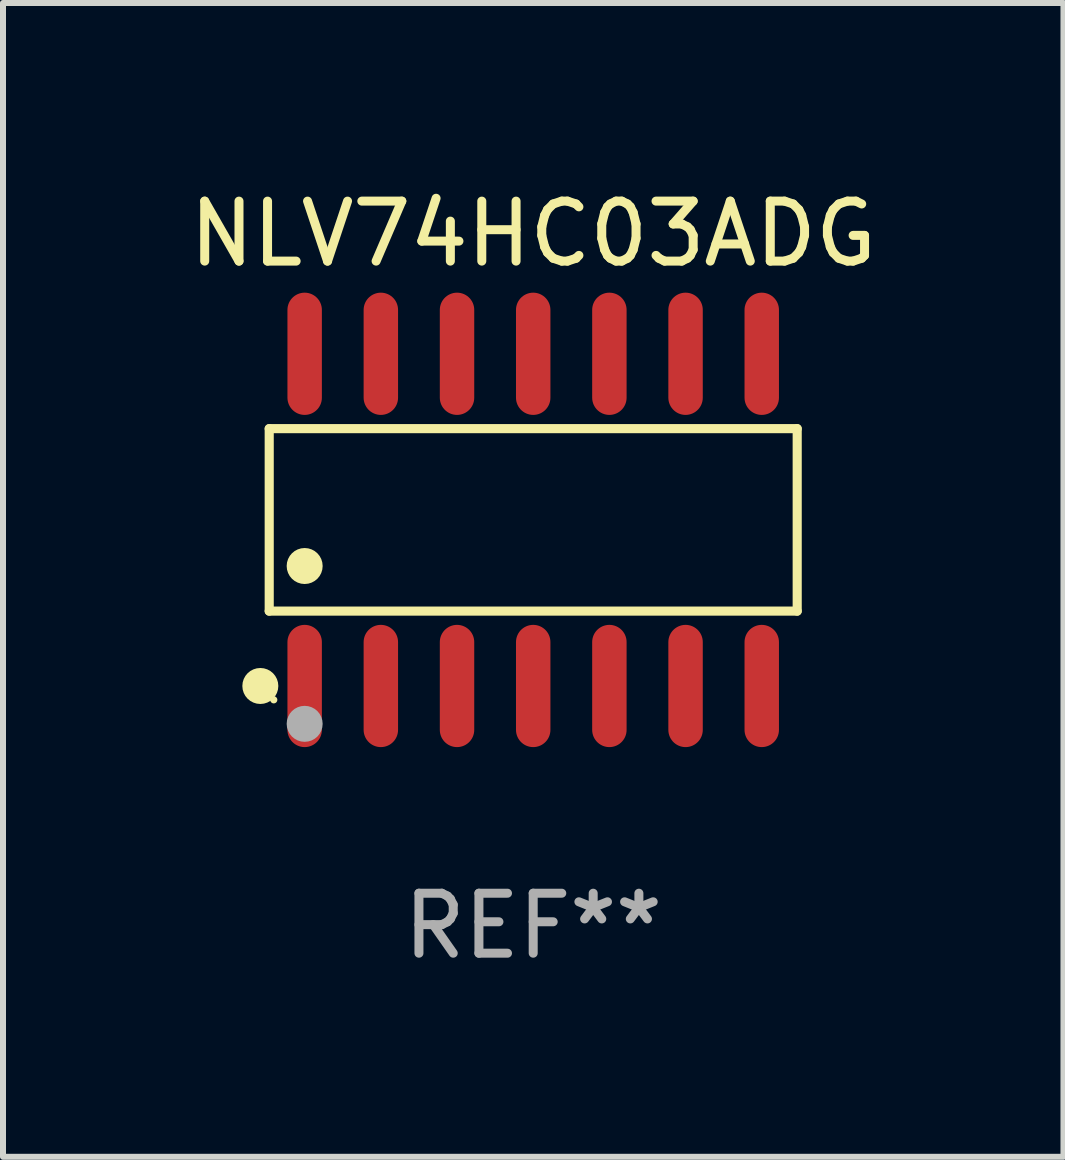
<source format=kicad_pcb>
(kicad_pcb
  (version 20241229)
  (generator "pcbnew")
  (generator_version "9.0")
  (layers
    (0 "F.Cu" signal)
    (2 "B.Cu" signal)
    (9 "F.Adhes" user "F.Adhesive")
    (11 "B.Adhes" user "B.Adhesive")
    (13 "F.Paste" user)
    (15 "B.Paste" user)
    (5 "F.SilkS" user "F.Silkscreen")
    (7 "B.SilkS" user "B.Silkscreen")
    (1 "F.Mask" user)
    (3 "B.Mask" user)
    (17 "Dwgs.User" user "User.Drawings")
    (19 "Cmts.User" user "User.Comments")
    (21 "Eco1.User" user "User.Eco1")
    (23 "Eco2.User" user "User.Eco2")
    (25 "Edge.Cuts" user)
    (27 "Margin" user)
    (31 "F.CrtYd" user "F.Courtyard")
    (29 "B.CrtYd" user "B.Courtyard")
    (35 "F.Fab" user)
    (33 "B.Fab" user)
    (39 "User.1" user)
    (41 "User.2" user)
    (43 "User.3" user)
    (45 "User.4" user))
  (footprint "NLV74HC03ADG"
    (layer "F.Cu")
    (at 5.839 5.617)
    (property "Reference" "NLV74HC03ADG" (at 0 -4.769 0) (layer "F.SilkS") (effects (font (size 1 1) (thickness 0.15))))
    (attr through_hole)
    (fp_line (start -4.401 -1.521) (end 4.401 -1.521) (stroke (width 0.152) (type solid)) (layer "F.SilkS"))
    (fp_line (start -4.401 1.521) (end -4.401 -1.521) (stroke (width 0.152) (type solid)) (layer "F.SilkS"))
    (fp_line (start 4.401 -1.521) (end 4.401 1.521) (stroke (width 0.152) (type solid)) (layer "F.SilkS"))
    (fp_line (start 4.401 1.521) (end -4.401 1.521) (stroke (width 0.152) (type solid)) (layer "F.SilkS"))
    (fp_circle (center -4.549 2.769) (end -4.399 2.769) (stroke (width 0.3) (type solid)) (fill no) (layer "F.SilkS"))
    (fp_circle (center -4.325 3) (end -4.295 3) (stroke (width 0.06) (type solid)) (fill no) (layer "F.SilkS"))
    (fp_circle (center -3.81 0.769) (end -3.66 0.769) (stroke (width 0.3) (type solid)) (fill no) (layer "F.SilkS"))
    (fp_circle (center -3.81 3.4) (end -3.66 3.4) (stroke (width 0.3) (type solid)) (fill no) (layer "F.Fab"))
    (fp_text user "REF**" (at 0 6.769 0) (layer "F.Fab") (effects (font (size 1 1) (thickness 0.15))))
    (pad "1" smd oval (at -3.81 2.769) (size 0.574 2.038) (layers "F.Cu" "F.Mask" "F.Paste"))
    (pad "2" smd oval (at -2.54 2.769) (size 0.574 2.038) (layers "F.Cu" "F.Mask" "F.Paste"))
    (pad "3" smd oval (at -1.27 2.769) (size 0.574 2.038) (layers "F.Cu" "F.Mask" "F.Paste"))
    (pad "4" smd oval (at 0 2.769) (size 0.574 2.038) (layers "F.Cu" "F.Mask" "F.Paste"))
    (pad "5" smd oval (at 1.27 2.769) (size 0.574 2.038) (layers "F.Cu" "F.Mask" "F.Paste"))
    (pad "6" smd oval (at 2.54 2.769) (size 0.574 2.038) (layers "F.Cu" "F.Mask" "F.Paste"))
    (pad "7" smd oval (at 3.81 2.769) (size 0.574 2.038) (layers "F.Cu" "F.Mask" "F.Paste"))
    (pad "8" smd oval (at 3.81 -2.769) (size 0.574 2.038) (layers "F.Cu" "F.Mask" "F.Paste"))
    (pad "9" smd oval (at 2.54 -2.769) (size 0.574 2.038) (layers "F.Cu" "F.Mask" "F.Paste"))
    (pad "10" smd oval (at 1.27 -2.769) (size 0.574 2.038) (layers "F.Cu" "F.Mask" "F.Paste"))
    (pad "11" smd oval (at 0 -2.769) (size 0.574 2.038) (layers "F.Cu" "F.Mask" "F.Paste"))
    (pad "12" smd oval (at -1.27 -2.769) (size 0.574 2.038) (layers "F.Cu" "F.Mask" "F.Paste"))
    (pad "13" smd oval (at -2.54 -2.769) (size 0.574 2.038) (layers "F.Cu" "F.Mask" "F.Paste"))
    (pad "14" smd oval (at -3.81 -2.769) (size 0.574 2.038) (layers "F.Cu" "F.Mask" "F.Paste")))
  (gr_rect
    (start -3 -3)
    (end 14.679 16.235)
    (stroke (width 0.1) (type default))
    (fill no)
    (layer "Edge.Cuts")))
</source>
